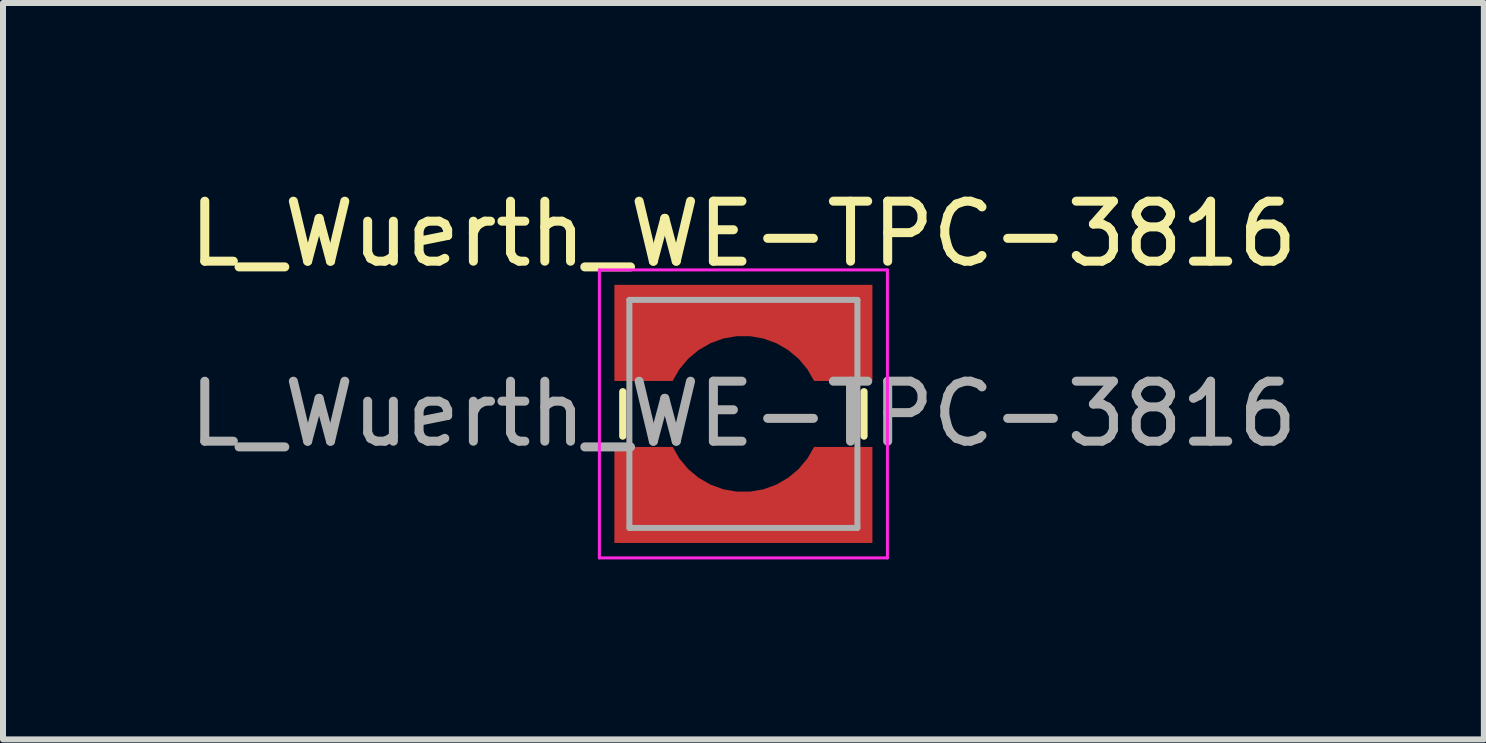
<source format=kicad_pcb>
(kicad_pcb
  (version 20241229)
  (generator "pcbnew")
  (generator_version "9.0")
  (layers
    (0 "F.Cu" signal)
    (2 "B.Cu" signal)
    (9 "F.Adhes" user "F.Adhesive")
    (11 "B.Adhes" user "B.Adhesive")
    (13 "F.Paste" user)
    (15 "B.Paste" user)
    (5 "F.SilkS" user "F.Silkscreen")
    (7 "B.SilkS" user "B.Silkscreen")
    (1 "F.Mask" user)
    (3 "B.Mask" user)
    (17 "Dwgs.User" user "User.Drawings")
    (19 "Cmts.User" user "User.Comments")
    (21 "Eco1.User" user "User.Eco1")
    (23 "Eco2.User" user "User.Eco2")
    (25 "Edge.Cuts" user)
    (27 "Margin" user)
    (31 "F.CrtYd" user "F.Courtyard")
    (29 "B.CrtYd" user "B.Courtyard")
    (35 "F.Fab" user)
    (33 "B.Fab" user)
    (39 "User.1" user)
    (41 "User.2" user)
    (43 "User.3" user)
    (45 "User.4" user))
  (footprint "L_Wuerth_WE-TPC-3816"
    (layer "F.Cu")
    (at 9.339 3.848)
    (property "Reference" "L_Wuerth_WE-TPC-3816" (at 0 -3 0) (layer "F.SilkS") (effects (font (size 1 1) (thickness 0.15))))
    (attr smd)
    (fp_line (start -2.01 0.37) (end -2.01 -0.37) (stroke (width 0.12) (type solid)) (layer "F.SilkS"))
    (fp_line (start 2.01 -0.37) (end 2.01 0.37) (stroke (width 0.12) (type solid)) (layer "F.SilkS"))
    (fp_line (start -2.4 -2.4) (end 2.4 -2.4) (stroke (width 0.05) (type solid)) (layer "F.CrtYd"))
    (fp_line (start -2.4 2.4) (end -2.4 -2.4) (stroke (width 0.05) (type solid)) (layer "F.CrtYd"))
    (fp_line (start 2.4 -2.4) (end 2.4 2.4) (stroke (width 0.05) (type solid)) (layer "F.CrtYd"))
    (fp_line (start 2.4 2.4) (end -2.4 2.4) (stroke (width 0.05) (type solid)) (layer "F.CrtYd"))
    (fp_line (start -1.9 -1.9) (end 1.9 -1.9) (stroke (width 0.1) (type solid)) (layer "F.Fab"))
    (fp_line (start -1.9 1.9) (end -1.9 -1.9) (stroke (width 0.1) (type solid)) (layer "F.Fab"))
    (fp_line (start 1.9 -1.9) (end 1.9 1.9) (stroke (width 0.1) (type solid)) (layer "F.Fab"))
    (fp_line (start 1.9 1.9) (end -1.9 1.9) (stroke (width 0.1) (type solid)) (layer "F.Fab"))
    (fp_text user "${REFERENCE}" (at 0 0 0) (layer "F.Fab") (effects (font (size 1 1) (thickness 0.15))))
    (pad "1" smd custom (at 0 -1.75) (size 0.7 0.7) (layers "F.Cu" "F.Mask" "F.Paste") (options (anchor circle)) (primitives (gr_poly (pts (xy 2.15 1.2) (xy 1.178 1.2) (xy 1.065 1.004) (xy 0.919 0.83) (xy 0.745 0.685) (xy 0.549 0.572) (xy 0.336 0.494) (xy 0.113 0.455) (xy -0.113 0.455) (xy -0.336 0.494) (xy -0.549 0.572) (xy -0.745 0.685) (xy -0.919 0.83) (xy -1.065 1.004) (xy -1.178 1.2) (xy -2.15 1.2) (xy -2.15 -0.4) (xy 2.15 -0.4)) (width 0) (fill yes))))
    (pad "2" smd custom (at 0 1.75) (size 0.7 0.7) (layers "F.Cu" "F.Mask" "F.Paste") (options (anchor circle)) (primitives (gr_poly (pts (xy -1.065 -1.004) (xy -0.919 -0.83) (xy -0.745 -0.685) (xy -0.549 -0.572) (xy -0.336 -0.494) (xy -0.113 -0.455) (xy 0.113 -0.455) (xy 0.336 -0.494) (xy 0.549 -0.572) (xy 0.745 -0.685) (xy 0.919 -0.83) (xy 1.065 -1.004) (xy 1.178 -1.2) (xy 2.15 -1.2) (xy 2.15 0.4) (xy -2.15 0.4) (xy -2.15 -1.2) (xy -1.178 -1.2)) (width 0) (fill yes)))))
  (gr_rect
    (start -3 -3)
    (end 21.679 9.273)
    (stroke (width 0.1) (type default))
    (fill no)
    (layer "Edge.Cuts")))
</source>
